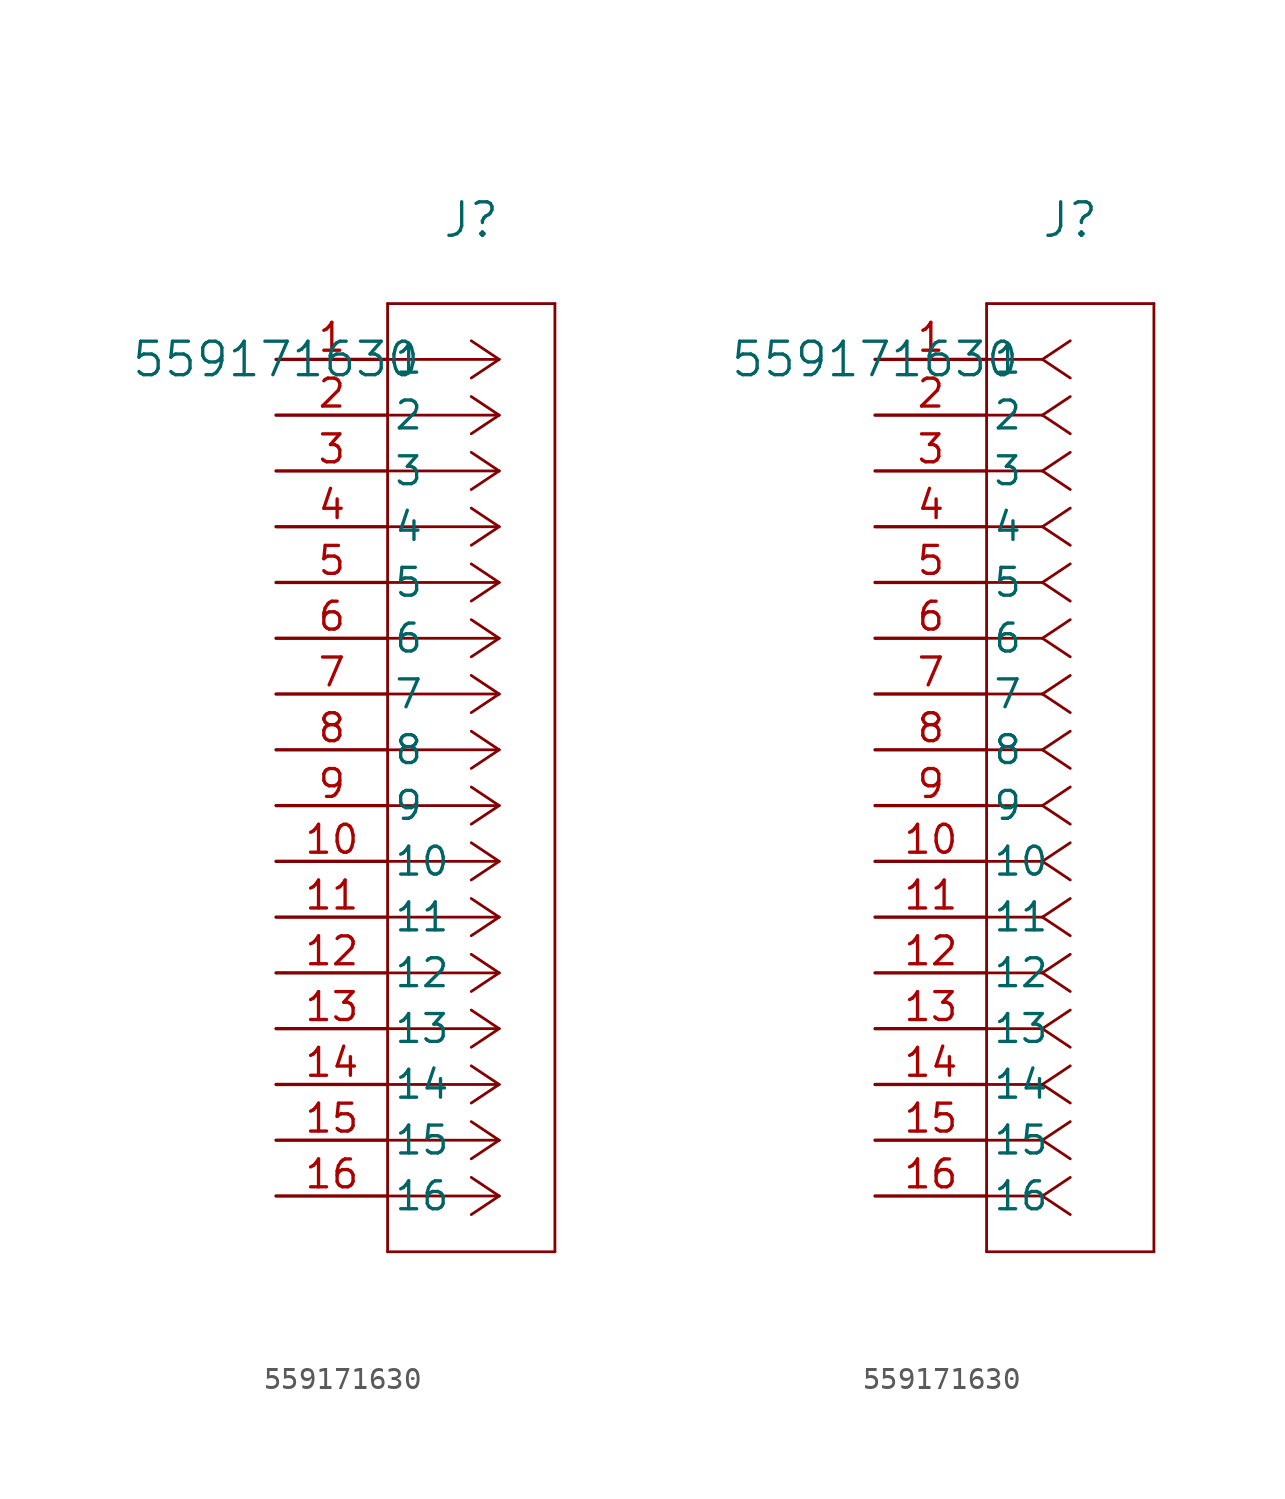
<source format=kicad_sym>
(kicad_symbol_lib
  (version 20211014)
  (generator kicad_symbol_editor)
  (symbol "559171630"
    (pin_names
      (offset 0.254))
    (property "Reference" "J"
      (at 8.89 6.35 0)
      (effects (font (size 1.524 1.524))))
    (property "Value" "559171630"
      (at 0 0 0)
      (effects (font (size 1.524 1.524))))
    (symbol "559171630_1_1"
      (polyline (pts (xy 10.16 0) (xy 5.08 0)) (stroke (width 0.127) (type default) (color 0 0 0 0)) (fill (type none)))
      (polyline (pts (xy 10.16 -2.54) (xy 5.08 -2.54)) (stroke (width 0.127) (type default) (color 0 0 0 0)) (fill (type none)))
      (polyline (pts (xy 10.16 -5.08) (xy 5.08 -5.08)) (stroke (width 0.127) (type default) (color 0 0 0 0)) (fill (type none)))
      (polyline (pts (xy 10.16 -7.62) (xy 5.08 -7.62)) (stroke (width 0.127) (type default) (color 0 0 0 0)) (fill (type none)))
      (polyline (pts (xy 10.16 -10.16) (xy 5.08 -10.16)) (stroke (width 0.127) (type default) (color 0 0 0 0)) (fill (type none)))
      (polyline (pts (xy 10.16 -12.7) (xy 5.08 -12.7)) (stroke (width 0.127) (type default) (color 0 0 0 0)) (fill (type none)))
      (polyline (pts (xy 10.16 -15.24) (xy 5.08 -15.24)) (stroke (width 0.127) (type default) (color 0 0 0 0)) (fill (type none)))
      (polyline (pts (xy 10.16 -17.78) (xy 5.08 -17.78)) (stroke (width 0.127) (type default) (color 0 0 0 0)) (fill (type none)))
      (polyline (pts (xy 10.16 -20.32) (xy 5.08 -20.32)) (stroke (width 0.127) (type default) (color 0 0 0 0)) (fill (type none)))
      (polyline (pts (xy 10.16 -22.86) (xy 5.08 -22.86)) (stroke (width 0.127) (type default) (color 0 0 0 0)) (fill (type none)))
      (polyline (pts (xy 10.16 -25.4) (xy 5.08 -25.4)) (stroke (width 0.127) (type default) (color 0 0 0 0)) (fill (type none)))
      (polyline (pts (xy 10.16 -27.94) (xy 5.08 -27.94)) (stroke (width 0.127) (type default) (color 0 0 0 0)) (fill (type none)))
      (polyline (pts (xy 10.16 -30.48) (xy 5.08 -30.48)) (stroke (width 0.127) (type default) (color 0 0 0 0)) (fill (type none)))
      (polyline (pts (xy 10.16 -33.02) (xy 5.08 -33.02)) (stroke (width 0.127) (type default) (color 0 0 0 0)) (fill (type none)))
      (polyline (pts (xy 10.16 -35.56) (xy 5.08 -35.56)) (stroke (width 0.127) (type default) (color 0 0 0 0)) (fill (type none)))
      (polyline (pts (xy 10.16 -38.1) (xy 5.08 -38.1)) (stroke (width 0.127) (type default) (color 0 0 0 0)) (fill (type none)))
      (polyline (pts (xy 10.16 0) (xy 8.89 0.847)) (stroke (width 0.127) (type default) (color 0 0 0 0)) (fill (type none)))
      (polyline (pts (xy 10.16 -2.54) (xy 8.89 -1.693)) (stroke (width 0.127) (type default) (color 0 0 0 0)) (fill (type none)))
      (polyline (pts (xy 10.16 -5.08) (xy 8.89 -4.233)) (stroke (width 0.127) (type default) (color 0 0 0 0)) (fill (type none)))
      (polyline (pts (xy 10.16 -7.62) (xy 8.89 -6.773)) (stroke (width 0.127) (type default) (color 0 0 0 0)) (fill (type none)))
      (polyline (pts (xy 10.16 -10.16) (xy 8.89 -9.313)) (stroke (width 0.127) (type default) (color 0 0 0 0)) (fill (type none)))
      (polyline (pts (xy 10.16 -12.7) (xy 8.89 -11.853)) (stroke (width 0.127) (type default) (color 0 0 0 0)) (fill (type none)))
      (polyline (pts (xy 10.16 -15.24) (xy 8.89 -14.393)) (stroke (width 0.127) (type default) (color 0 0 0 0)) (fill (type none)))
      (polyline (pts (xy 10.16 -17.78) (xy 8.89 -16.933)) (stroke (width 0.127) (type default) (color 0 0 0 0)) (fill (type none)))
      (polyline (pts (xy 10.16 -20.32) (xy 8.89 -19.473)) (stroke (width 0.127) (type default) (color 0 0 0 0)) (fill (type none)))
      (polyline (pts (xy 10.16 -22.86) (xy 8.89 -22.013)) (stroke (width 0.127) (type default) (color 0 0 0 0)) (fill (type none)))
      (polyline (pts (xy 10.16 -25.4) (xy 8.89 -24.553)) (stroke (width 0.127) (type default) (color 0 0 0 0)) (fill (type none)))
      (polyline (pts (xy 10.16 -27.94) (xy 8.89 -27.093)) (stroke (width 0.127) (type default) (color 0 0 0 0)) (fill (type none)))
      (polyline (pts (xy 10.16 -30.48) (xy 8.89 -29.633)) (stroke (width 0.127) (type default) (color 0 0 0 0)) (fill (type none)))
      (polyline (pts (xy 10.16 -33.02) (xy 8.89 -32.173)) (stroke (width 0.127) (type default) (color 0 0 0 0)) (fill (type none)))
      (polyline (pts (xy 10.16 -35.56) (xy 8.89 -34.713)) (stroke (width 0.127) (type default) (color 0 0 0 0)) (fill (type none)))
      (polyline (pts (xy 10.16 -38.1) (xy 8.89 -37.253)) (stroke (width 0.127) (type default) (color 0 0 0 0)) (fill (type none)))
      (polyline (pts (xy 10.16 0) (xy 8.89 -0.847)) (stroke (width 0.127) (type default) (color 0 0 0 0)) (fill (type none)))
      (polyline (pts (xy 10.16 -2.54) (xy 8.89 -3.387)) (stroke (width 0.127) (type default) (color 0 0 0 0)) (fill (type none)))
      (polyline (pts (xy 10.16 -5.08) (xy 8.89 -5.927)) (stroke (width 0.127) (type default) (color 0 0 0 0)) (fill (type none)))
      (polyline (pts (xy 10.16 -7.62) (xy 8.89 -8.467)) (stroke (width 0.127) (type default) (color 0 0 0 0)) (fill (type none)))
      (polyline (pts (xy 10.16 -10.16) (xy 8.89 -11.007)) (stroke (width 0.127) (type default) (color 0 0 0 0)) (fill (type none)))
      (polyline (pts (xy 10.16 -12.7) (xy 8.89 -13.547)) (stroke (width 0.127) (type default) (color 0 0 0 0)) (fill (type none)))
      (polyline (pts (xy 10.16 -15.24) (xy 8.89 -16.087)) (stroke (width 0.127) (type default) (color 0 0 0 0)) (fill (type none)))
      (polyline (pts (xy 10.16 -17.78) (xy 8.89 -18.627)) (stroke (width 0.127) (type default) (color 0 0 0 0)) (fill (type none)))
      (polyline (pts (xy 10.16 -20.32) (xy 8.89 -21.167)) (stroke (width 0.127) (type default) (color 0 0 0 0)) (fill (type none)))
      (polyline (pts (xy 10.16 -22.86) (xy 8.89 -23.707)) (stroke (width 0.127) (type default) (color 0 0 0 0)) (fill (type none)))
      (polyline (pts (xy 10.16 -25.4) (xy 8.89 -26.247)) (stroke (width 0.127) (type default) (color 0 0 0 0)) (fill (type none)))
      (polyline (pts (xy 10.16 -27.94) (xy 8.89 -28.787)) (stroke (width 0.127) (type default) (color 0 0 0 0)) (fill (type none)))
      (polyline (pts (xy 10.16 -30.48) (xy 8.89 -31.327)) (stroke (width 0.127) (type default) (color 0 0 0 0)) (fill (type none)))
      (polyline (pts (xy 10.16 -33.02) (xy 8.89 -33.867)) (stroke (width 0.127) (type default) (color 0 0 0 0)) (fill (type none)))
      (polyline (pts (xy 10.16 -35.56) (xy 8.89 -36.407)) (stroke (width 0.127) (type default) (color 0 0 0 0)) (fill (type none)))
      (polyline (pts (xy 10.16 -38.1) (xy 8.89 -38.947)) (stroke (width 0.127) (type default) (color 0 0 0 0)) (fill (type none)))
      (polyline (pts (xy 5.08 2.54) (xy 5.08 -40.64)) (stroke (width 0.127) (type default) (color 0 0 0 0)) (fill (type none)))
      (polyline (pts (xy 5.08 -40.64) (xy 12.7 -40.64)) (stroke (width 0.127) (type default) (color 0 0 0 0)) (fill (type none)))
      (polyline (pts (xy 12.7 -40.64) (xy 12.7 2.54)) (stroke (width 0.127) (type default) (color 0 0 0 0)) (fill (type none)))
      (polyline (pts (xy 12.7 2.54) (xy 5.08 2.54)) (stroke (width 0.127) (type default) (color 0 0 0 0)) (fill (type none)))
      (pin unspecified line (at 0 0 0) (length 5.08) (name "1" (effects (font (size 1.27 1.27)))) (number "1" (effects (font (size 1.27 1.27)))))
      (pin unspecified line (at 0 -2.54 0) (length 5.08) (name "2" (effects (font (size 1.27 1.27)))) (number "2" (effects (font (size 1.27 1.27)))))
      (pin unspecified line (at 0 -5.08 0) (length 5.08) (name "3" (effects (font (size 1.27 1.27)))) (number "3" (effects (font (size 1.27 1.27)))))
      (pin unspecified line (at 0 -7.62 0) (length 5.08) (name "4" (effects (font (size 1.27 1.27)))) (number "4" (effects (font (size 1.27 1.27)))))
      (pin unspecified line (at 0 -10.16 0) (length 5.08) (name "5" (effects (font (size 1.27 1.27)))) (number "5" (effects (font (size 1.27 1.27)))))
      (pin unspecified line (at 0 -12.7 0) (length 5.08) (name "6" (effects (font (size 1.27 1.27)))) (number "6" (effects (font (size 1.27 1.27)))))
      (pin unspecified line (at 0 -15.24 0) (length 5.08) (name "7" (effects (font (size 1.27 1.27)))) (number "7" (effects (font (size 1.27 1.27)))))
      (pin unspecified line (at 0 -17.78 0) (length 5.08) (name "8" (effects (font (size 1.27 1.27)))) (number "8" (effects (font (size 1.27 1.27)))))
      (pin unspecified line (at 0 -20.32 0) (length 5.08) (name "9" (effects (font (size 1.27 1.27)))) (number "9" (effects (font (size 1.27 1.27)))))
      (pin unspecified line (at 0 -22.86 0) (length 5.08) (name "10" (effects (font (size 1.27 1.27)))) (number "10" (effects (font (size 1.27 1.27)))))
      (pin unspecified line (at 0 -25.4 0) (length 5.08) (name "11" (effects (font (size 1.27 1.27)))) (number "11" (effects (font (size 1.27 1.27)))))
      (pin unspecified line (at 0 -27.94 0) (length 5.08) (name "12" (effects (font (size 1.27 1.27)))) (number "12" (effects (font (size 1.27 1.27)))))
      (pin unspecified line (at 0 -30.48 0) (length 5.08) (name "13" (effects (font (size 1.27 1.27)))) (number "13" (effects (font (size 1.27 1.27)))))
      (pin unspecified line (at 0 -33.02 0) (length 5.08) (name "14" (effects (font (size 1.27 1.27)))) (number "14" (effects (font (size 1.27 1.27)))))
      (pin unspecified line (at 0 -35.56 0) (length 5.08) (name "15" (effects (font (size 1.27 1.27)))) (number "15" (effects (font (size 1.27 1.27)))))
      (pin unspecified line (at 0 -38.1 0) (length 5.08) (name "16" (effects (font (size 1.27 1.27)))) (number "16" (effects (font (size 1.27 1.27))))))
    (symbol "559171630_1_2"
      (polyline (pts (xy 7.62 0) (xy 5.08 0)) (stroke (width 0.127) (type default) (color 0 0 0 0)) (fill (type none)))
      (polyline (pts (xy 7.62 -2.54) (xy 5.08 -2.54)) (stroke (width 0.127) (type default) (color 0 0 0 0)) (fill (type none)))
      (polyline (pts (xy 7.62 -5.08) (xy 5.08 -5.08)) (stroke (width 0.127) (type default) (color 0 0 0 0)) (fill (type none)))
      (polyline (pts (xy 7.62 -7.62) (xy 5.08 -7.62)) (stroke (width 0.127) (type default) (color 0 0 0 0)) (fill (type none)))
      (polyline (pts (xy 7.62 -10.16) (xy 5.08 -10.16)) (stroke (width 0.127) (type default) (color 0 0 0 0)) (fill (type none)))
      (polyline (pts (xy 7.62 -12.7) (xy 5.08 -12.7)) (stroke (width 0.127) (type default) (color 0 0 0 0)) (fill (type none)))
      (polyline (pts (xy 7.62 -15.24) (xy 5.08 -15.24)) (stroke (width 0.127) (type default) (color 0 0 0 0)) (fill (type none)))
      (polyline (pts (xy 7.62 -17.78) (xy 5.08 -17.78)) (stroke (width 0.127) (type default) (color 0 0 0 0)) (fill (type none)))
      (polyline (pts (xy 7.62 -20.32) (xy 5.08 -20.32)) (stroke (width 0.127) (type default) (color 0 0 0 0)) (fill (type none)))
      (polyline (pts (xy 7.62 -22.86) (xy 5.08 -22.86)) (stroke (width 0.127) (type default) (color 0 0 0 0)) (fill (type none)))
      (polyline (pts (xy 7.62 -25.4) (xy 5.08 -25.4)) (stroke (width 0.127) (type default) (color 0 0 0 0)) (fill (type none)))
      (polyline (pts (xy 7.62 -27.94) (xy 5.08 -27.94)) (stroke (width 0.127) (type default) (color 0 0 0 0)) (fill (type none)))
      (polyline (pts (xy 7.62 -30.48) (xy 5.08 -30.48)) (stroke (width 0.127) (type default) (color 0 0 0 0)) (fill (type none)))
      (polyline (pts (xy 7.62 -33.02) (xy 5.08 -33.02)) (stroke (width 0.127) (type default) (color 0 0 0 0)) (fill (type none)))
      (polyline (pts (xy 7.62 -35.56) (xy 5.08 -35.56)) (stroke (width 0.127) (type default) (color 0 0 0 0)) (fill (type none)))
      (polyline (pts (xy 7.62 -38.1) (xy 5.08 -38.1)) (stroke (width 0.127) (type default) (color 0 0 0 0)) (fill (type none)))
      (polyline (pts (xy 7.62 0) (xy 8.89 0.847)) (stroke (width 0.127) (type default) (color 0 0 0 0)) (fill (type none)))
      (polyline (pts (xy 7.62 -2.54) (xy 8.89 -1.693)) (stroke (width 0.127) (type default) (color 0 0 0 0)) (fill (type none)))
      (polyline (pts (xy 7.62 -5.08) (xy 8.89 -4.233)) (stroke (width 0.127) (type default) (color 0 0 0 0)) (fill (type none)))
      (polyline (pts (xy 7.62 -7.62) (xy 8.89 -6.773)) (stroke (width 0.127) (type default) (color 0 0 0 0)) (fill (type none)))
      (polyline (pts (xy 7.62 -10.16) (xy 8.89 -9.313)) (stroke (width 0.127) (type default) (color 0 0 0 0)) (fill (type none)))
      (polyline (pts (xy 7.62 -12.7) (xy 8.89 -11.853)) (stroke (width 0.127) (type default) (color 0 0 0 0)) (fill (type none)))
      (polyline (pts (xy 7.62 -15.24) (xy 8.89 -14.393)) (stroke (width 0.127) (type default) (color 0 0 0 0)) (fill (type none)))
      (polyline (pts (xy 7.62 -17.78) (xy 8.89 -16.933)) (stroke (width 0.127) (type default) (color 0 0 0 0)) (fill (type none)))
      (polyline (pts (xy 7.62 -20.32) (xy 8.89 -19.473)) (stroke (width 0.127) (type default) (color 0 0 0 0)) (fill (type none)))
      (polyline (pts (xy 7.62 -22.86) (xy 8.89 -22.013)) (stroke (width 0.127) (type default) (color 0 0 0 0)) (fill (type none)))
      (polyline (pts (xy 7.62 -25.4) (xy 8.89 -24.553)) (stroke (width 0.127) (type default) (color 0 0 0 0)) (fill (type none)))
      (polyline (pts (xy 7.62 -27.94) (xy 8.89 -27.093)) (stroke (width 0.127) (type default) (color 0 0 0 0)) (fill (type none)))
      (polyline (pts (xy 7.62 -30.48) (xy 8.89 -29.633)) (stroke (width 0.127) (type default) (color 0 0 0 0)) (fill (type none)))
      (polyline (pts (xy 7.62 -33.02) (xy 8.89 -32.173)) (stroke (width 0.127) (type default) (color 0 0 0 0)) (fill (type none)))
      (polyline (pts (xy 7.62 -35.56) (xy 8.89 -34.713)) (stroke (width 0.127) (type default) (color 0 0 0 0)) (fill (type none)))
      (polyline (pts (xy 7.62 -38.1) (xy 8.89 -37.253)) (stroke (width 0.127) (type default) (color 0 0 0 0)) (fill (type none)))
      (polyline (pts (xy 7.62 0) (xy 8.89 -0.847)) (stroke (width 0.127) (type default) (color 0 0 0 0)) (fill (type none)))
      (polyline (pts (xy 7.62 -2.54) (xy 8.89 -3.387)) (stroke (width 0.127) (type default) (color 0 0 0 0)) (fill (type none)))
      (polyline (pts (xy 7.62 -5.08) (xy 8.89 -5.927)) (stroke (width 0.127) (type default) (color 0 0 0 0)) (fill (type none)))
      (polyline (pts (xy 7.62 -7.62) (xy 8.89 -8.467)) (stroke (width 0.127) (type default) (color 0 0 0 0)) (fill (type none)))
      (polyline (pts (xy 7.62 -10.16) (xy 8.89 -11.007)) (stroke (width 0.127) (type default) (color 0 0 0 0)) (fill (type none)))
      (polyline (pts (xy 7.62 -12.7) (xy 8.89 -13.547)) (stroke (width 0.127) (type default) (color 0 0 0 0)) (fill (type none)))
      (polyline (pts (xy 7.62 -15.24) (xy 8.89 -16.087)) (stroke (width 0.127) (type default) (color 0 0 0 0)) (fill (type none)))
      (polyline (pts (xy 7.62 -17.78) (xy 8.89 -18.627)) (stroke (width 0.127) (type default) (color 0 0 0 0)) (fill (type none)))
      (polyline (pts (xy 7.62 -20.32) (xy 8.89 -21.167)) (stroke (width 0.127) (type default) (color 0 0 0 0)) (fill (type none)))
      (polyline (pts (xy 7.62 -22.86) (xy 8.89 -23.707)) (stroke (width 0.127) (type default) (color 0 0 0 0)) (fill (type none)))
      (polyline (pts (xy 7.62 -25.4) (xy 8.89 -26.247)) (stroke (width 0.127) (type default) (color 0 0 0 0)) (fill (type none)))
      (polyline (pts (xy 7.62 -27.94) (xy 8.89 -28.787)) (stroke (width 0.127) (type default) (color 0 0 0 0)) (fill (type none)))
      (polyline (pts (xy 7.62 -30.48) (xy 8.89 -31.327)) (stroke (width 0.127) (type default) (color 0 0 0 0)) (fill (type none)))
      (polyline (pts (xy 7.62 -33.02) (xy 8.89 -33.867)) (stroke (width 0.127) (type default) (color 0 0 0 0)) (fill (type none)))
      (polyline (pts (xy 7.62 -35.56) (xy 8.89 -36.407)) (stroke (width 0.127) (type default) (color 0 0 0 0)) (fill (type none)))
      (polyline (pts (xy 7.62 -38.1) (xy 8.89 -38.947)) (stroke (width 0.127) (type default) (color 0 0 0 0)) (fill (type none)))
      (polyline (pts (xy 5.08 2.54) (xy 5.08 -40.64)) (stroke (width 0.127) (type default) (color 0 0 0 0)) (fill (type none)))
      (polyline (pts (xy 5.08 -40.64) (xy 12.7 -40.64)) (stroke (width 0.127) (type default) (color 0 0 0 0)) (fill (type none)))
      (polyline (pts (xy 12.7 -40.64) (xy 12.7 2.54)) (stroke (width 0.127) (type default) (color 0 0 0 0)) (fill (type none)))
      (polyline (pts (xy 12.7 2.54) (xy 5.08 2.54)) (stroke (width 0.127) (type default) (color 0 0 0 0)) (fill (type none)))
      (pin unspecified line (at 0 0 0) (length 5.08) (name "1" (effects (font (size 1.27 1.27)))) (number "1" (effects (font (size 1.27 1.27)))))
      (pin unspecified line (at 0 -2.54 0) (length 5.08) (name "2" (effects (font (size 1.27 1.27)))) (number "2" (effects (font (size 1.27 1.27)))))
      (pin unspecified line (at 0 -5.08 0) (length 5.08) (name "3" (effects (font (size 1.27 1.27)))) (number "3" (effects (font (size 1.27 1.27)))))
      (pin unspecified line (at 0 -7.62 0) (length 5.08) (name "4" (effects (font (size 1.27 1.27)))) (number "4" (effects (font (size 1.27 1.27)))))
      (pin unspecified line (at 0 -10.16 0) (length 5.08) (name "5" (effects (font (size 1.27 1.27)))) (number "5" (effects (font (size 1.27 1.27)))))
      (pin unspecified line (at 0 -12.7 0) (length 5.08) (name "6" (effects (font (size 1.27 1.27)))) (number "6" (effects (font (size 1.27 1.27)))))
      (pin unspecified line (at 0 -15.24 0) (length 5.08) (name "7" (effects (font (size 1.27 1.27)))) (number "7" (effects (font (size 1.27 1.27)))))
      (pin unspecified line (at 0 -17.78 0) (length 5.08) (name "8" (effects (font (size 1.27 1.27)))) (number "8" (effects (font (size 1.27 1.27)))))
      (pin unspecified line (at 0 -20.32 0) (length 5.08) (name "9" (effects (font (size 1.27 1.27)))) (number "9" (effects (font (size 1.27 1.27)))))
      (pin unspecified line (at 0 -22.86 0) (length 5.08) (name "10" (effects (font (size 1.27 1.27)))) (number "10" (effects (font (size 1.27 1.27)))))
      (pin unspecified line (at 0 -25.4 0) (length 5.08) (name "11" (effects (font (size 1.27 1.27)))) (number "11" (effects (font (size 1.27 1.27)))))
      (pin unspecified line (at 0 -27.94 0) (length 5.08) (name "12" (effects (font (size 1.27 1.27)))) (number "12" (effects (font (size 1.27 1.27)))))
      (pin unspecified line (at 0 -30.48 0) (length 5.08) (name "13" (effects (font (size 1.27 1.27)))) (number "13" (effects (font (size 1.27 1.27)))))
      (pin unspecified line (at 0 -33.02 0) (length 5.08) (name "14" (effects (font (size 1.27 1.27)))) (number "14" (effects (font (size 1.27 1.27)))))
      (pin unspecified line (at 0 -35.56 0) (length 5.08) (name "15" (effects (font (size 1.27 1.27)))) (number "15" (effects (font (size 1.27 1.27)))))
      (pin unspecified line (at 0 -38.1 0) (length 5.08) (name "16" (effects (font (size 1.27 1.27)))) (number "16" (effects (font (size 1.27 1.27))))))))
</source>
